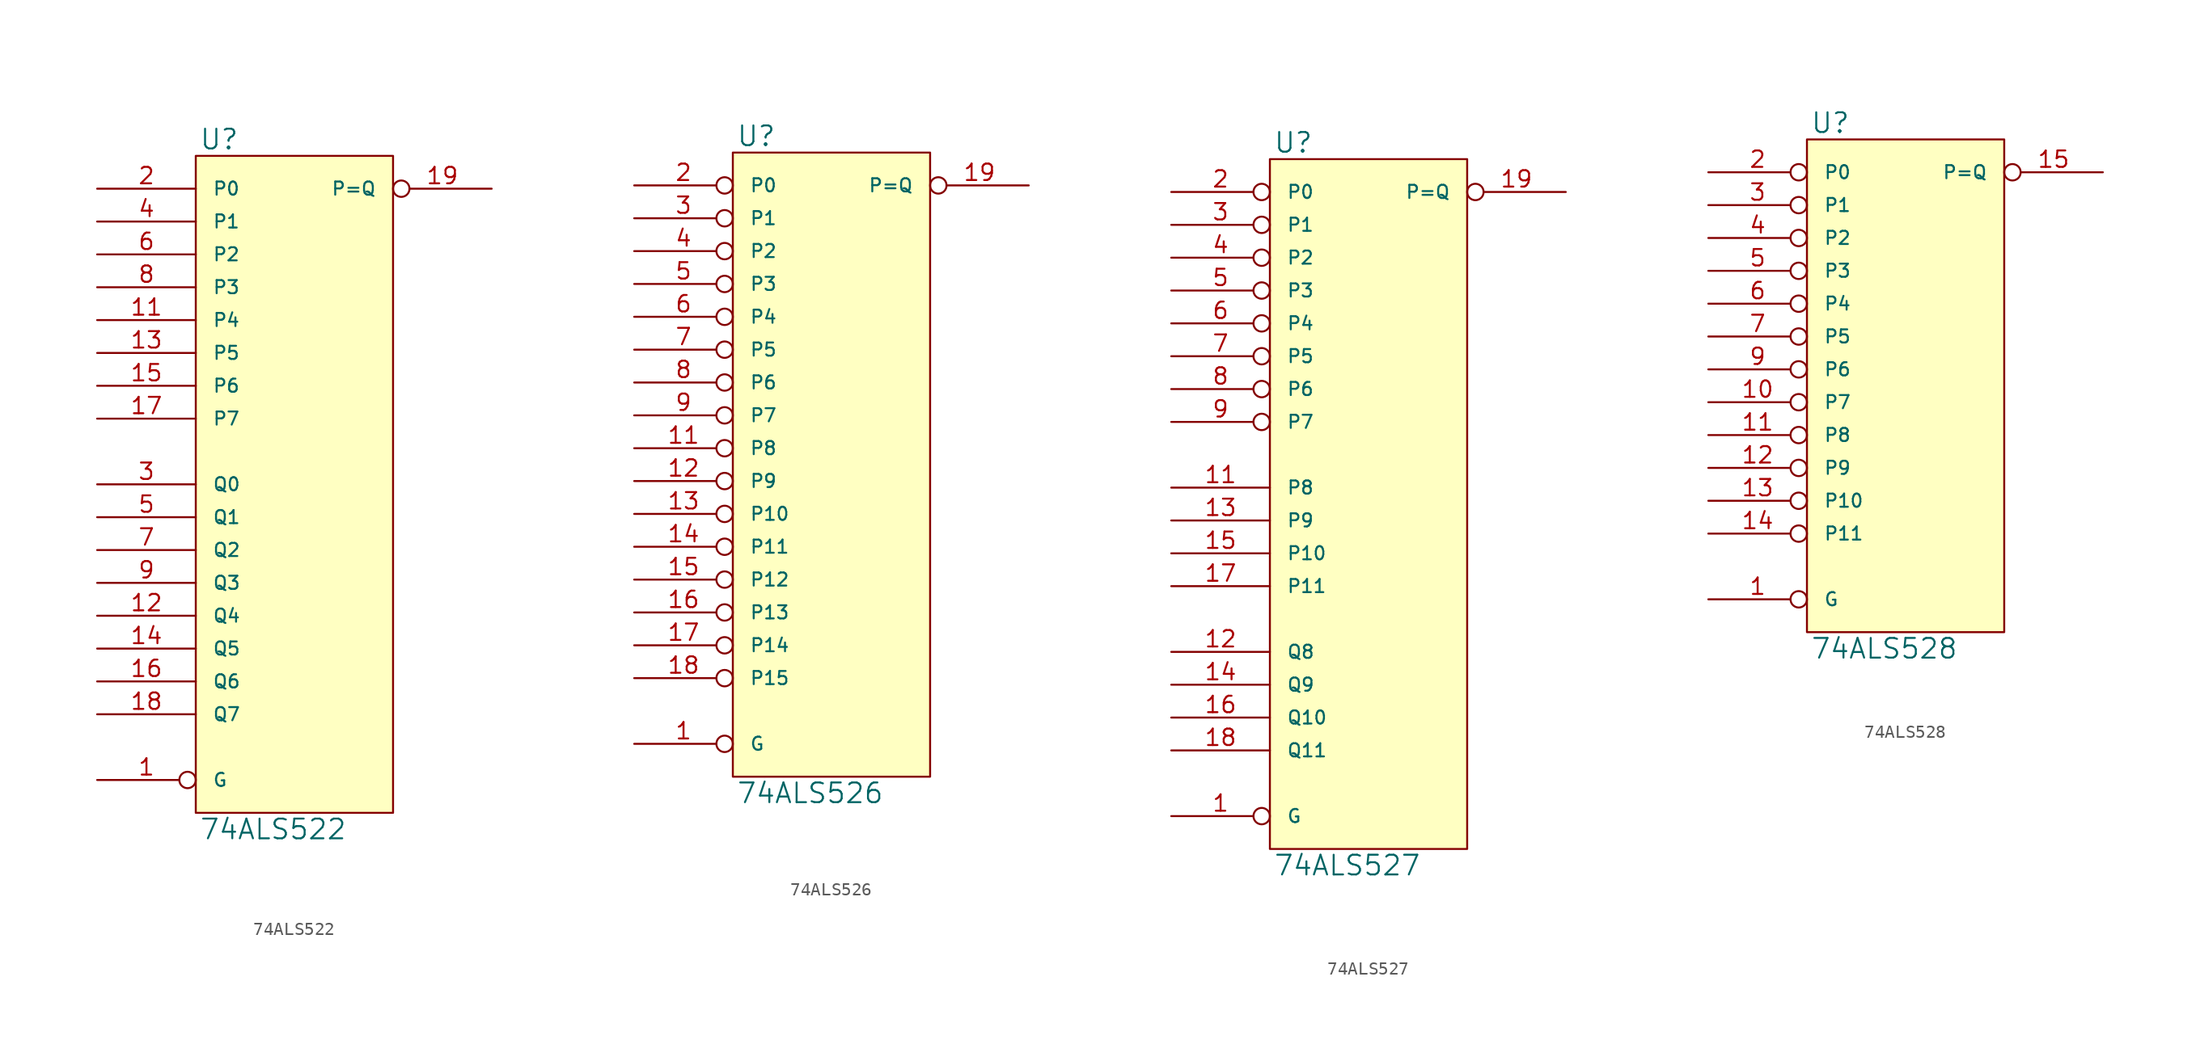
<source format=kicad_sym>
(kicad_symbol_lib
  (version 20231120)
  (generator "kicad_symbol_editor")
  (generator_version "8.0")
  (symbol "74ALS522"
    (pin_names
      (offset 1.27))
    (property "Reference" "U"
      (at 0.254 0.381 0)
      (effects (font (size 1.524 1.524)) (justify left bottom)))
    (property "Value" "74ALS522"
      (at 0.254 -51.181 0)
      (effects (font (size 1.524 1.524)) (justify left top)))
    (symbol "74ALS522_0_1"
      (rectangle (start 0 0) (end 15.24 -50.8) (stroke (width 0) (type solid)) (fill (type background))))
    (symbol "74ALS522_1_1"
      (pin input inverted (at -7.62 -48.26 0) (length 7.62) (name "G" (effects (font (size 1.016 1.016)))) (number "1" (effects (font (size 1.27 1.27)))))
      (pin power_in line (at 0 -50.8 90) (length 0) hide (name "GND" (effects (font (size 1.016 1.016)))) (number "10" (effects (font (size 1.27 1.27)))))
      (pin input line (at -7.62 -12.7 0) (length 7.62) (name "P4" (effects (font (size 1.016 1.016)))) (number "11" (effects (font (size 1.27 1.27)))))
      (pin input line (at -7.62 -35.56 0) (length 7.62) (name "Q4" (effects (font (size 1.016 1.016)))) (number "12" (effects (font (size 1.27 1.27)))))
      (pin input line (at -7.62 -15.24 0) (length 7.62) (name "P5" (effects (font (size 1.016 1.016)))) (number "13" (effects (font (size 1.27 1.27)))))
      (pin input line (at -7.62 -38.1 0) (length 7.62) (name "Q5" (effects (font (size 1.016 1.016)))) (number "14" (effects (font (size 1.27 1.27)))))
      (pin input line (at -7.62 -17.78 0) (length 7.62) (name "P6" (effects (font (size 1.016 1.016)))) (number "15" (effects (font (size 1.27 1.27)))))
      (pin input line (at -7.62 -40.64 0) (length 7.62) (name "Q6" (effects (font (size 1.016 1.016)))) (number "16" (effects (font (size 1.27 1.27)))))
      (pin input line (at -7.62 -20.32 0) (length 7.62) (name "P7" (effects (font (size 1.016 1.016)))) (number "17" (effects (font (size 1.27 1.27)))))
      (pin input line (at -7.62 -43.18 0) (length 7.62) (name "Q7" (effects (font (size 1.016 1.016)))) (number "18" (effects (font (size 1.27 1.27)))))
      (pin open_collector inverted (at 22.86 -2.54 180) (length 7.62) (name "P=Q" (effects (font (size 1.016 1.016)))) (number "19" (effects (font (size 1.27 1.27)))))
      (pin input line (at -7.62 -2.54 0) (length 7.62) (name "P0" (effects (font (size 1.016 1.016)))) (number "2" (effects (font (size 1.27 1.27)))))
      (pin power_in line (at 0 0 270) (length 0) hide (name "VCC" (effects (font (size 1.016 1.016)))) (number "20" (effects (font (size 1.27 1.27)))))
      (pin input line (at -7.62 -25.4 0) (length 7.62) (name "Q0" (effects (font (size 1.016 1.016)))) (number "3" (effects (font (size 1.27 1.27)))))
      (pin input line (at -7.62 -5.08 0) (length 7.62) (name "P1" (effects (font (size 1.016 1.016)))) (number "4" (effects (font (size 1.27 1.27)))))
      (pin input line (at -7.62 -27.94 0) (length 7.62) (name "Q1" (effects (font (size 1.016 1.016)))) (number "5" (effects (font (size 1.27 1.27)))))
      (pin input line (at -7.62 -7.62 0) (length 7.62) (name "P2" (effects (font (size 1.016 1.016)))) (number "6" (effects (font (size 1.27 1.27)))))
      (pin input line (at -7.62 -30.48 0) (length 7.62) (name "Q2" (effects (font (size 1.016 1.016)))) (number "7" (effects (font (size 1.27 1.27)))))
      (pin input line (at -7.62 -10.16 0) (length 7.62) (name "P3" (effects (font (size 1.016 1.016)))) (number "8" (effects (font (size 1.27 1.27)))))
      (pin input line (at -7.62 -33.02 0) (length 7.62) (name "Q3" (effects (font (size 1.016 1.016)))) (number "9" (effects (font (size 1.27 1.27)))))))
  (symbol "74ALS526"
    (pin_names
      (offset 1.27))
    (property "Reference" "U"
      (at 0.254 0.381 0)
      (effects (font (size 1.524 1.524)) (justify left bottom)))
    (property "Value" "74ALS526"
      (at 0.254 -48.641 0)
      (effects (font (size 1.524 1.524)) (justify left top)))
    (symbol "74ALS526_0_1"
      (rectangle (start 0 0) (end 15.24 -48.26) (stroke (width 0) (type solid)) (fill (type background))))
    (symbol "74ALS526_1_1"
      (pin input inverted (at -7.62 -45.72 0) (length 7.62) (name "G" (effects (font (size 1.016 1.016)))) (number "1" (effects (font (size 1.27 1.27)))))
      (pin power_in line (at 0 -48.26 90) (length 0) hide (name "VCC" (effects (font (size 1.016 1.016)))) (number "10" (effects (font (size 1.27 1.27)))))
      (pin input inverted (at -7.62 -22.86 0) (length 7.62) (name "P8" (effects (font (size 1.016 1.016)))) (number "11" (effects (font (size 1.27 1.27)))))
      (pin input inverted (at -7.62 -25.4 0) (length 7.62) (name "P9" (effects (font (size 1.016 1.016)))) (number "12" (effects (font (size 1.27 1.27)))))
      (pin input inverted (at -7.62 -27.94 0) (length 7.62) (name "P10" (effects (font (size 1.016 1.016)))) (number "13" (effects (font (size 1.27 1.27)))))
      (pin input inverted (at -7.62 -30.48 0) (length 7.62) (name "P11" (effects (font (size 1.016 1.016)))) (number "14" (effects (font (size 1.27 1.27)))))
      (pin input inverted (at -7.62 -33.02 0) (length 7.62) (name "P12" (effects (font (size 1.016 1.016)))) (number "15" (effects (font (size 1.27 1.27)))))
      (pin input inverted (at -7.62 -35.56 0) (length 7.62) (name "P13" (effects (font (size 1.016 1.016)))) (number "16" (effects (font (size 1.27 1.27)))))
      (pin input inverted (at -7.62 -38.1 0) (length 7.62) (name "P14" (effects (font (size 1.016 1.016)))) (number "17" (effects (font (size 1.27 1.27)))))
      (pin input inverted (at -7.62 -40.64 0) (length 7.62) (name "P15" (effects (font (size 1.016 1.016)))) (number "18" (effects (font (size 1.27 1.27)))))
      (pin output inverted (at 22.86 -2.54 180) (length 7.62) (name "P=Q" (effects (font (size 1.016 1.016)))) (number "19" (effects (font (size 1.27 1.27)))))
      (pin input inverted (at -7.62 -2.54 0) (length 7.62) (name "P0" (effects (font (size 1.016 1.016)))) (number "2" (effects (font (size 1.27 1.27)))))
      (pin power_in line (at 0 0 270) (length 0) hide (name "VCC" (effects (font (size 1.016 1.016)))) (number "20" (effects (font (size 1.27 1.27)))))
      (pin input inverted (at -7.62 -5.08 0) (length 7.62) (name "P1" (effects (font (size 1.016 1.016)))) (number "3" (effects (font (size 1.27 1.27)))))
      (pin input inverted (at -7.62 -7.62 0) (length 7.62) (name "P2" (effects (font (size 1.016 1.016)))) (number "4" (effects (font (size 1.27 1.27)))))
      (pin input inverted (at -7.62 -10.16 0) (length 7.62) (name "P3" (effects (font (size 1.016 1.016)))) (number "5" (effects (font (size 1.27 1.27)))))
      (pin input inverted (at -7.62 -12.7 0) (length 7.62) (name "P4" (effects (font (size 1.016 1.016)))) (number "6" (effects (font (size 1.27 1.27)))))
      (pin input inverted (at -7.62 -15.24 0) (length 7.62) (name "P5" (effects (font (size 1.016 1.016)))) (number "7" (effects (font (size 1.27 1.27)))))
      (pin input inverted (at -7.62 -17.78 0) (length 7.62) (name "P6" (effects (font (size 1.016 1.016)))) (number "8" (effects (font (size 1.27 1.27)))))
      (pin input inverted (at -7.62 -20.32 0) (length 7.62) (name "P7" (effects (font (size 1.016 1.016)))) (number "9" (effects (font (size 1.27 1.27)))))))
  (symbol "74ALS527"
    (pin_names
      (offset 1.27))
    (property "Reference" "U"
      (at 0.254 0.381 0)
      (effects (font (size 1.524 1.524)) (justify left bottom)))
    (property "Value" "74ALS527"
      (at 0.254 -53.721 0)
      (effects (font (size 1.524 1.524)) (justify left top)))
    (symbol "74ALS527_0_1"
      (rectangle (start 0 0) (end 15.24 -53.34) (stroke (width 0) (type solid)) (fill (type background))))
    (symbol "74ALS527_1_1"
      (pin input inverted (at -7.62 -50.8 0) (length 7.62) (name "G" (effects (font (size 1.016 1.016)))) (number "1" (effects (font (size 1.27 1.27)))))
      (pin power_in line (at 0 -53.34 90) (length 0) hide (name "VCC" (effects (font (size 1.016 1.016)))) (number "10" (effects (font (size 1.27 1.27)))))
      (pin input line (at -7.62 -25.4 0) (length 7.62) (name "P8" (effects (font (size 1.016 1.016)))) (number "11" (effects (font (size 1.27 1.27)))))
      (pin input line (at -7.62 -38.1 0) (length 7.62) (name "Q8" (effects (font (size 1.016 1.016)))) (number "12" (effects (font (size 1.27 1.27)))))
      (pin input line (at -7.62 -27.94 0) (length 7.62) (name "P9" (effects (font (size 1.016 1.016)))) (number "13" (effects (font (size 1.27 1.27)))))
      (pin input line (at -7.62 -40.64 0) (length 7.62) (name "Q9" (effects (font (size 1.016 1.016)))) (number "14" (effects (font (size 1.27 1.27)))))
      (pin input line (at -7.62 -30.48 0) (length 7.62) (name "P10" (effects (font (size 1.016 1.016)))) (number "15" (effects (font (size 1.27 1.27)))))
      (pin input line (at -7.62 -43.18 0) (length 7.62) (name "Q10" (effects (font (size 1.016 1.016)))) (number "16" (effects (font (size 1.27 1.27)))))
      (pin input line (at -7.62 -33.02 0) (length 7.62) (name "P11" (effects (font (size 1.016 1.016)))) (number "17" (effects (font (size 1.27 1.27)))))
      (pin input line (at -7.62 -45.72 0) (length 7.62) (name "Q11" (effects (font (size 1.016 1.016)))) (number "18" (effects (font (size 1.27 1.27)))))
      (pin output inverted (at 22.86 -2.54 180) (length 7.62) (name "P=Q" (effects (font (size 1.016 1.016)))) (number "19" (effects (font (size 1.27 1.27)))))
      (pin input inverted (at -7.62 -2.54 0) (length 7.62) (name "P0" (effects (font (size 1.016 1.016)))) (number "2" (effects (font (size 1.27 1.27)))))
      (pin power_in line (at 0 0 270) (length 0) hide (name "VCC" (effects (font (size 1.016 1.016)))) (number "20" (effects (font (size 1.27 1.27)))))
      (pin input inverted (at -7.62 -5.08 0) (length 7.62) (name "P1" (effects (font (size 1.016 1.016)))) (number "3" (effects (font (size 1.27 1.27)))))
      (pin input inverted (at -7.62 -7.62 0) (length 7.62) (name "P2" (effects (font (size 1.016 1.016)))) (number "4" (effects (font (size 1.27 1.27)))))
      (pin input inverted (at -7.62 -10.16 0) (length 7.62) (name "P3" (effects (font (size 1.016 1.016)))) (number "5" (effects (font (size 1.27 1.27)))))
      (pin input inverted (at -7.62 -12.7 0) (length 7.62) (name "P4" (effects (font (size 1.016 1.016)))) (number "6" (effects (font (size 1.27 1.27)))))
      (pin input inverted (at -7.62 -15.24 0) (length 7.62) (name "P5" (effects (font (size 1.016 1.016)))) (number "7" (effects (font (size 1.27 1.27)))))
      (pin input inverted (at -7.62 -17.78 0) (length 7.62) (name "P6" (effects (font (size 1.016 1.016)))) (number "8" (effects (font (size 1.27 1.27)))))
      (pin input inverted (at -7.62 -20.32 0) (length 7.62) (name "P7" (effects (font (size 1.016 1.016)))) (number "9" (effects (font (size 1.27 1.27)))))))
  (symbol "74ALS528"
    (pin_names
      (offset 1.27))
    (property "Reference" "U"
      (at 0.254 0.381 0)
      (effects (font (size 1.524 1.524)) (justify left bottom)))
    (property "Value" "74ALS528"
      (at 0.254 -38.481 0)
      (effects (font (size 1.524 1.524)) (justify left top)))
    (symbol "74ALS528_0_1"
      (rectangle (start 0 0) (end 15.24 -38.1) (stroke (width 0) (type solid)) (fill (type background))))
    (symbol "74ALS528_1_1"
      (pin input inverted (at -7.62 -35.56 0) (length 7.62) (name "G" (effects (font (size 1.016 1.016)))) (number "1" (effects (font (size 1.27 1.27)))))
      (pin input inverted (at -7.62 -20.32 0) (length 7.62) (name "P7" (effects (font (size 1.016 1.016)))) (number "10" (effects (font (size 1.27 1.27)))))
      (pin input inverted (at -7.62 -22.86 0) (length 7.62) (name "P8" (effects (font (size 1.016 1.016)))) (number "11" (effects (font (size 1.27 1.27)))))
      (pin input inverted (at -7.62 -25.4 0) (length 7.62) (name "P9" (effects (font (size 1.016 1.016)))) (number "12" (effects (font (size 1.27 1.27)))))
      (pin input inverted (at -7.62 -27.94 0) (length 7.62) (name "P10" (effects (font (size 1.016 1.016)))) (number "13" (effects (font (size 1.27 1.27)))))
      (pin input inverted (at -7.62 -30.48 0) (length 7.62) (name "P11" (effects (font (size 1.016 1.016)))) (number "14" (effects (font (size 1.27 1.27)))))
      (pin output inverted (at 22.86 -2.54 180) (length 7.62) (name "P=Q" (effects (font (size 1.016 1.016)))) (number "15" (effects (font (size 1.27 1.27)))))
      (pin power_in line (at 0 0 270) (length 0) hide (name "VCC" (effects (font (size 1.016 1.016)))) (number "16" (effects (font (size 1.27 1.27)))))
      (pin input inverted (at -7.62 -2.54 0) (length 7.62) (name "P0" (effects (font (size 1.016 1.016)))) (number "2" (effects (font (size 1.27 1.27)))))
      (pin input inverted (at -7.62 -5.08 0) (length 7.62) (name "P1" (effects (font (size 1.016 1.016)))) (number "3" (effects (font (size 1.27 1.27)))))
      (pin input inverted (at -7.62 -7.62 0) (length 7.62) (name "P2" (effects (font (size 1.016 1.016)))) (number "4" (effects (font (size 1.27 1.27)))))
      (pin input inverted (at -7.62 -10.16 0) (length 7.62) (name "P3" (effects (font (size 1.016 1.016)))) (number "5" (effects (font (size 1.27 1.27)))))
      (pin input inverted (at -7.62 -12.7 0) (length 7.62) (name "P4" (effects (font (size 1.016 1.016)))) (number "6" (effects (font (size 1.27 1.27)))))
      (pin input inverted (at -7.62 -15.24 0) (length 7.62) (name "P5" (effects (font (size 1.016 1.016)))) (number "7" (effects (font (size 1.27 1.27)))))
      (pin power_in line (at 0 -38.1 90) (length 0) hide (name "GND" (effects (font (size 1.016 1.016)))) (number "8" (effects (font (size 1.27 1.27)))))
      (pin input inverted (at -7.62 -17.78 0) (length 7.62) (name "P6" (effects (font (size 1.016 1.016)))) (number "9" (effects (font (size 1.27 1.27))))))))
</source>
